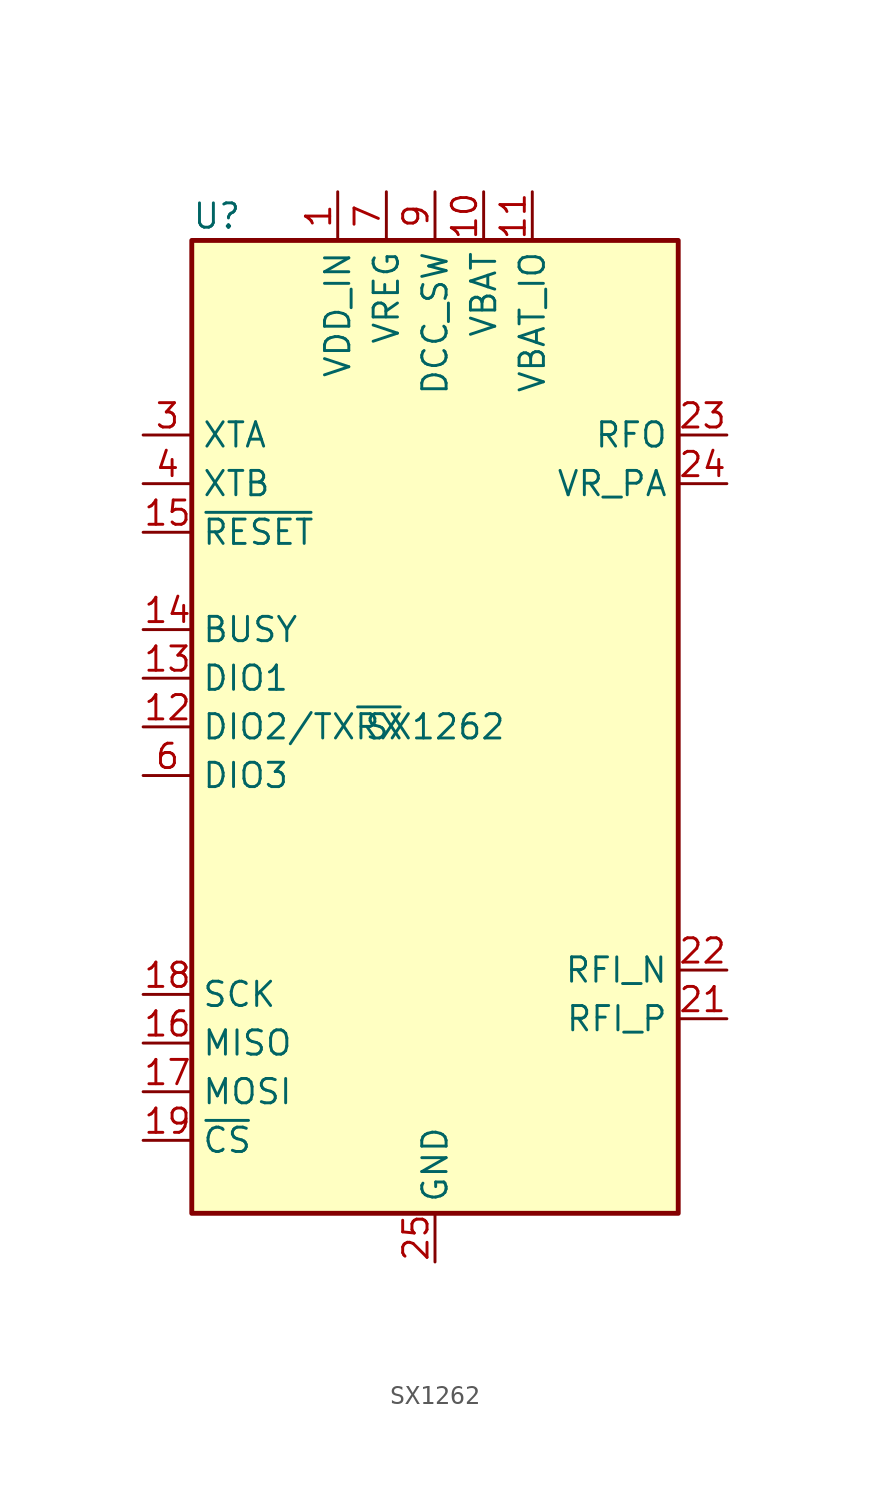
<source format=kicad_sym>
(kicad_symbol_lib
  (version 20220914)
  (generator kicad_symbol_editor)
  (symbol "SX1262"
    (property "Reference" "U"
      (at -12.7 26.67 0)
      (effects (font (size 1.27 1.27)) (justify left)))
    (property "Value" "SX1262"
      (at 0 0 0)
      (effects (font (size 1.27 1.27))))
    (symbol "SX1262_0_0"
      (pin power_in line (at -5.08 27.94 270) (length 2.54) (name "VDD_IN" (effects (font (size 1.27 1.27)))) (number "1" (effects (font (size 1.27 1.27)))))
      (pin power_in line (at 2.54 27.94 270) (length 2.54) (name "VBAT" (effects (font (size 1.27 1.27)))) (number "10" (effects (font (size 1.27 1.27)))))
      (pin power_in line (at 5.08 27.94 270) (length 2.54) (name "VBAT_IO" (effects (font (size 1.27 1.27)))) (number "11" (effects (font (size 1.27 1.27)))))
      (pin bidirectional line (at -15.24 0 0) (length 2.54) (name "DIO2/TX~{RX}" (effects (font (size 1.27 1.27)))) (number "12" (effects (font (size 1.27 1.27)))))
      (pin bidirectional line (at -15.24 2.54 0) (length 2.54) (name "DIO1" (effects (font (size 1.27 1.27)))) (number "13" (effects (font (size 1.27 1.27)))))
      (pin output line (at -15.24 5.08 0) (length 2.54) (name "BUSY" (effects (font (size 1.27 1.27)))) (number "14" (effects (font (size 1.27 1.27)))))
      (pin input line (at -15.24 10.16 0) (length 2.54) (name "~{RESET}" (effects (font (size 1.27 1.27)))) (number "15" (effects (font (size 1.27 1.27)))))
      (pin output line (at -15.24 -16.51 0) (length 2.54) (name "MISO" (effects (font (size 1.27 1.27)))) (number "16" (effects (font (size 1.27 1.27)))))
      (pin input line (at -15.24 -19.05 0) (length 2.54) (name "MOSI" (effects (font (size 1.27 1.27)))) (number "17" (effects (font (size 1.27 1.27)))))
      (pin input line (at -15.24 -13.97 0) (length 2.54) (name "SCK" (effects (font (size 1.27 1.27)))) (number "18" (effects (font (size 1.27 1.27)))))
      (pin input line (at -15.24 -21.59 0) (length 2.54) (name "~{CS}" (effects (font (size 1.27 1.27)))) (number "19" (effects (font (size 1.27 1.27)))))
      (pin power_in line (at 0 -27.94 90) (length 2.54) hide (name "GND" (effects (font (size 1.27 1.27)))) (number "2" (effects (font (size 1.27 1.27)))))
      (pin power_in line (at 0 -27.94 90) (length 2.54) hide (name "GND" (effects (font (size 1.27 1.27)))) (number "20" (effects (font (size 1.27 1.27)))))
      (pin input line (at 15.24 -15.24 180) (length 2.54) (name "RFI_P" (effects (font (size 1.27 1.27)))) (number "21" (effects (font (size 1.27 1.27)))))
      (pin input line (at 15.24 -12.7 180) (length 2.54) (name "RFI_N" (effects (font (size 1.27 1.27)))) (number "22" (effects (font (size 1.27 1.27)))))
      (pin output line (at 15.24 15.24 180) (length 2.54) (name "RFO" (effects (font (size 1.27 1.27)))) (number "23" (effects (font (size 1.27 1.27)))))
      (pin power_out line (at 15.24 12.7 180) (length 2.54) (name "VR_PA" (effects (font (size 1.27 1.27)))) (number "24" (effects (font (size 1.27 1.27)))))
      (pin power_in line (at 0 -27.94 90) (length 2.54) (name "GND" (effects (font (size 1.27 1.27)))) (number "25" (effects (font (size 1.27 1.27)))))
      (pin input line (at -15.24 15.24 0) (length 2.54) (name "XTA" (effects (font (size 1.27 1.27)))) (number "3" (effects (font (size 1.27 1.27)))))
      (pin output line (at -15.24 12.7 0) (length 2.54) (name "XTB" (effects (font (size 1.27 1.27)))) (number "4" (effects (font (size 1.27 1.27)))))
      (pin power_in line (at 0 -27.94 90) (length 2.54) hide (name "GND" (effects (font (size 1.27 1.27)))) (number "5" (effects (font (size 1.27 1.27)))))
      (pin bidirectional line (at -15.24 -2.54 0) (length 2.54) (name "DIO3" (effects (font (size 1.27 1.27)))) (number "6" (effects (font (size 1.27 1.27)))))
      (pin power_out line (at -2.54 27.94 270) (length 2.54) (name "VREG" (effects (font (size 1.27 1.27)))) (number "7" (effects (font (size 1.27 1.27)))))
      (pin power_in line (at 0 -27.94 90) (length 2.54) hide (name "GND" (effects (font (size 1.27 1.27)))) (number "8" (effects (font (size 1.27 1.27)))))
      (pin power_out line (at 0 27.94 270) (length 2.54) (name "DCC_SW" (effects (font (size 1.27 1.27)))) (number "9" (effects (font (size 1.27 1.27))))))
    (symbol "SX1262_0_1"
      (rectangle (start -12.7 25.4) (end 12.7 -25.4) (stroke (width 0.254) (type default)) (fill (type background))))))
</source>
